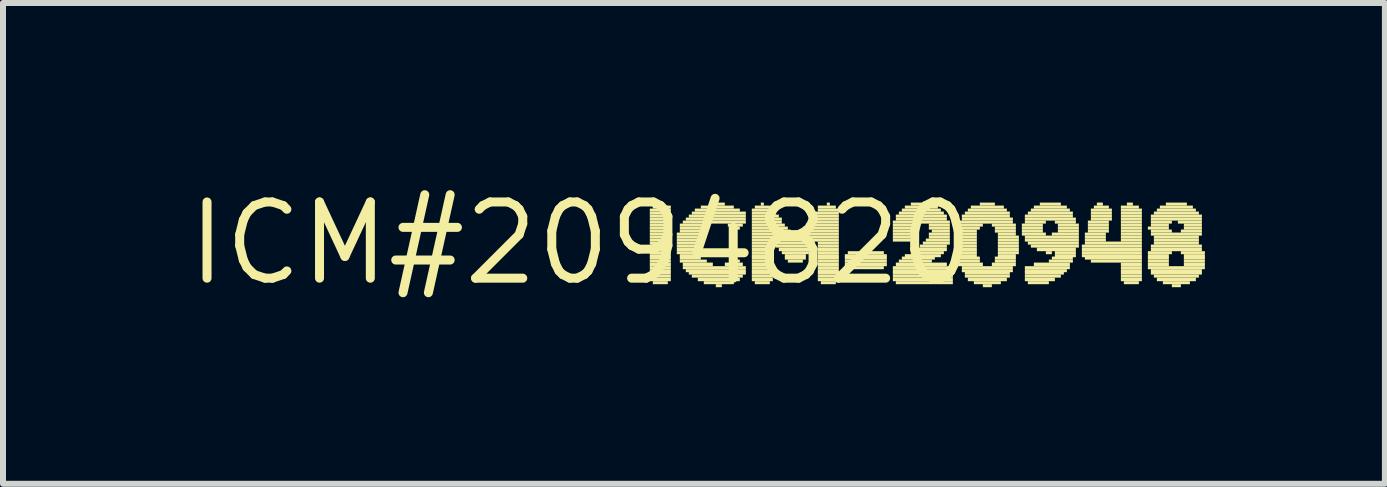
<source format=kicad_pcb>
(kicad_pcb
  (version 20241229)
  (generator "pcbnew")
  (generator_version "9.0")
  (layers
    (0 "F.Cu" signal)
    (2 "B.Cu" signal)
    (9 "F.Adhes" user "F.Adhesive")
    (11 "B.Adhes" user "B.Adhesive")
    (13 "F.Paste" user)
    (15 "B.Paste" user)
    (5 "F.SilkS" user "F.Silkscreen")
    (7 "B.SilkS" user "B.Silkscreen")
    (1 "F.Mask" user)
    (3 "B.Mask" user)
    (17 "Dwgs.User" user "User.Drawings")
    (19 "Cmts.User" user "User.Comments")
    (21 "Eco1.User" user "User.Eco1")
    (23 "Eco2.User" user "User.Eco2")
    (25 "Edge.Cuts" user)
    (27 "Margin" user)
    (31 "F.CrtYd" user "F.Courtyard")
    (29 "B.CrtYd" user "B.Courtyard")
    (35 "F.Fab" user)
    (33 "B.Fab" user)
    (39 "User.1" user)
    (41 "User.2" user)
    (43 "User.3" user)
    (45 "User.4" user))
  (footprint "ICM#2094820"
    (layer "F.Cu")
    (at 6.629 1.006)
    (property "Reference" "ICM#2094820" (at 0 0 0) (layer "F.SilkS") (effects (font (size 1.27 1.27) (thickness 0.15))))
    (fp_poly (pts (xy 1.15 -0.53) (xy 1.5 -0.53) (xy 1.5 -0.58) (xy 1.15 -0.58)) (stroke (width 0) (type default)) (fill yes) (layer "F.SilkS"))
    (fp_poly (pts (xy 1.15 -0.48) (xy 1.5 -0.48) (xy 1.5 -0.53) (xy 1.15 -0.53)) (stroke (width 0) (type default)) (fill yes) (layer "F.SilkS"))
    (fp_poly (pts (xy 1.15 -0.43) (xy 1.5 -0.43) (xy 1.5 -0.48) (xy 1.15 -0.48)) (stroke (width 0) (type default)) (fill yes) (layer "F.SilkS"))
    (fp_poly (pts (xy 1.15 -0.38) (xy 1.5 -0.38) (xy 1.5 -0.43) (xy 1.15 -0.43)) (stroke (width 0) (type default)) (fill yes) (layer "F.SilkS"))
    (fp_poly (pts (xy 1.15 -0.33) (xy 1.5 -0.33) (xy 1.5 -0.38) (xy 1.15 -0.38)) (stroke (width 0) (type default)) (fill yes) (layer "F.SilkS"))
    (fp_poly (pts (xy 1.15 -0.28) (xy 1.5 -0.28) (xy 1.5 -0.33) (xy 1.15 -0.33)) (stroke (width 0) (type default)) (fill yes) (layer "F.SilkS"))
    (fp_poly (pts (xy 1.15 -0.23) (xy 1.5 -0.23) (xy 1.5 -0.28) (xy 1.15 -0.28)) (stroke (width 0) (type default)) (fill yes) (layer "F.SilkS"))
    (fp_poly (pts (xy 1.15 -0.18) (xy 1.5 -0.18) (xy 1.5 -0.23) (xy 1.15 -0.23)) (stroke (width 0) (type default)) (fill yes) (layer "F.SilkS"))
    (fp_poly (pts (xy 1.15 -0.13) (xy 1.5 -0.13) (xy 1.5 -0.18) (xy 1.15 -0.18)) (stroke (width 0) (type default)) (fill yes) (layer "F.SilkS"))
    (fp_poly (pts (xy 1.15 -0.08) (xy 1.5 -0.08) (xy 1.5 -0.13) (xy 1.15 -0.13)) (stroke (width 0) (type default)) (fill yes) (layer "F.SilkS"))
    (fp_poly (pts (xy 1.15 -0.03) (xy 1.5 -0.03) (xy 1.5 -0.08) (xy 1.15 -0.08)) (stroke (width 0) (type default)) (fill yes) (layer "F.SilkS"))
    (fp_poly (pts (xy 1.15 0.02) (xy 1.5 0.02) (xy 1.5 -0.03) (xy 1.15 -0.03)) (stroke (width 0) (type default)) (fill yes) (layer "F.SilkS"))
    (fp_poly (pts (xy 1.15 0.07) (xy 1.5 0.07) (xy 1.5 0.02) (xy 1.15 0.02)) (stroke (width 0) (type default)) (fill yes) (layer "F.SilkS"))
    (fp_poly (pts (xy 1.15 0.13) (xy 1.5 0.13) (xy 1.5 0.07) (xy 1.15 0.07)) (stroke (width 0) (type default)) (fill yes) (layer "F.SilkS"))
    (fp_poly (pts (xy 1.15 0.18) (xy 1.5 0.18) (xy 1.5 0.13) (xy 1.15 0.13)) (stroke (width 0) (type default)) (fill yes) (layer "F.SilkS"))
    (fp_poly (pts (xy 1.15 0.23) (xy 1.5 0.23) (xy 1.5 0.18) (xy 1.15 0.18)) (stroke (width 0) (type default)) (fill yes) (layer "F.SilkS"))
    (fp_poly (pts (xy 1.15 0.27) (xy 1.5 0.27) (xy 1.5 0.22) (xy 1.15 0.22)) (stroke (width 0) (type default)) (fill yes) (layer "F.SilkS"))
    (fp_poly (pts (xy 1.15 0.32) (xy 1.5 0.32) (xy 1.5 0.27) (xy 1.15 0.27)) (stroke (width 0) (type default)) (fill yes) (layer "F.SilkS"))
    (fp_poly (pts (xy 1.15 0.38) (xy 1.5 0.38) (xy 1.5 0.32) (xy 1.15 0.32)) (stroke (width 0) (type default)) (fill yes) (layer "F.SilkS"))
    (fp_poly (pts (xy 1.15 0.43) (xy 1.5 0.43) (xy 1.5 0.38) (xy 1.15 0.38)) (stroke (width 0) (type default)) (fill yes) (layer "F.SilkS"))
    (fp_poly (pts (xy 1.15 0.48) (xy 1.5 0.48) (xy 1.5 0.43) (xy 1.15 0.43)) (stroke (width 0) (type default)) (fill yes) (layer "F.SilkS"))
    (fp_poly (pts (xy 1.15 0.52) (xy 1.5 0.52) (xy 1.5 0.47) (xy 1.15 0.47)) (stroke (width 0) (type default)) (fill yes) (layer "F.SilkS"))
    (fp_poly (pts (xy 1.15 0.57) (xy 1.5 0.57) (xy 1.5 0.52) (xy 1.15 0.52)) (stroke (width 0) (type default)) (fill yes) (layer "F.SilkS"))
    (fp_poly (pts (xy 1.15 0.63) (xy 1.5 0.63) (xy 1.5 0.57) (xy 1.15 0.57)) (stroke (width 0) (type default)) (fill yes) (layer "F.SilkS"))
    (fp_poly (pts (xy 1.2 -0.58) (xy 1.5 -0.58) (xy 1.5 -0.63) (xy 1.2 -0.63)) (stroke (width 0) (type default)) (fill yes) (layer "F.SilkS"))
    (fp_poly (pts (xy 1.2 0.68) (xy 1.45 0.68) (xy 1.45 0.63) (xy 1.2 0.63)) (stroke (width 0) (type default)) (fill yes) (layer "F.SilkS"))
    (fp_poly (pts (xy 1.3 -0.63) (xy 1.35 -0.63) (xy 1.35 -0.68) (xy 1.3 -0.68)) (stroke (width 0) (type default)) (fill yes) (layer "F.SilkS"))
    (fp_poly (pts (xy 1.6 -0.13) (xy 2 -0.13) (xy 2 -0.18) (xy 1.6 -0.18)) (stroke (width 0) (type default)) (fill yes) (layer "F.SilkS"))
    (fp_poly (pts (xy 1.6 -0.08) (xy 1.95 -0.08) (xy 1.95 -0.13) (xy 1.6 -0.13)) (stroke (width 0) (type default)) (fill yes) (layer "F.SilkS"))
    (fp_poly (pts (xy 1.6 -0.03) (xy 1.95 -0.03) (xy 1.95 -0.08) (xy 1.6 -0.08)) (stroke (width 0) (type default)) (fill yes) (layer "F.SilkS"))
    (fp_poly (pts (xy 1.6 0.02) (xy 1.95 0.02) (xy 1.95 -0.03) (xy 1.6 -0.03)) (stroke (width 0) (type default)) (fill yes) (layer "F.SilkS"))
    (fp_poly (pts (xy 1.6 0.07) (xy 1.95 0.07) (xy 1.95 0.02) (xy 1.6 0.02)) (stroke (width 0) (type default)) (fill yes) (layer "F.SilkS"))
    (fp_poly (pts (xy 1.6 0.13) (xy 1.95 0.13) (xy 1.95 0.07) (xy 1.6 0.07)) (stroke (width 0) (type default)) (fill yes) (layer "F.SilkS"))
    (fp_poly (pts (xy 1.6 0.18) (xy 1.95 0.18) (xy 1.95 0.13) (xy 1.6 0.13)) (stroke (width 0) (type default)) (fill yes) (layer "F.SilkS"))
    (fp_poly (pts (xy 1.65 -0.28) (xy 2.15 -0.28) (xy 2.15 -0.33) (xy 1.65 -0.33)) (stroke (width 0) (type default)) (fill yes) (layer "F.SilkS"))
    (fp_poly (pts (xy 1.65 -0.23) (xy 2.05 -0.23) (xy 2.05 -0.28) (xy 1.65 -0.28)) (stroke (width 0) (type default)) (fill yes) (layer "F.SilkS"))
    (fp_poly (pts (xy 1.65 -0.18) (xy 2 -0.18) (xy 2 -0.23) (xy 1.65 -0.23)) (stroke (width 0) (type default)) (fill yes) (layer "F.SilkS"))
    (fp_poly (pts (xy 1.65 0.23) (xy 2 0.23) (xy 2 0.18) (xy 1.65 0.18)) (stroke (width 0) (type default)) (fill yes) (layer "F.SilkS"))
    (fp_poly (pts (xy 1.65 0.27) (xy 2 0.27) (xy 2 0.22) (xy 1.65 0.22)) (stroke (width 0) (type default)) (fill yes) (layer "F.SilkS"))
    (fp_poly (pts (xy 1.65 0.32) (xy 2.1 0.32) (xy 2.1 0.27) (xy 1.65 0.27)) (stroke (width 0) (type default)) (fill yes) (layer "F.SilkS"))
    (fp_poly (pts (xy 1.7 -0.33) (xy 2.75 -0.33) (xy 2.75 -0.38) (xy 1.7 -0.38)) (stroke (width 0) (type default)) (fill yes) (layer "F.SilkS"))
    (fp_poly (pts (xy 1.7 0.38) (xy 2.2 0.38) (xy 2.2 0.32) (xy 1.7 0.32)) (stroke (width 0) (type default)) (fill yes) (layer "F.SilkS"))
    (fp_poly (pts (xy 1.7 0.43) (xy 2.75 0.43) (xy 2.75 0.38) (xy 1.7 0.38)) (stroke (width 0) (type default)) (fill yes) (layer "F.SilkS"))
    (fp_poly (pts (xy 1.75 -0.38) (xy 2.75 -0.38) (xy 2.75 -0.43) (xy 1.75 -0.43)) (stroke (width 0) (type default)) (fill yes) (layer "F.SilkS"))
    (fp_poly (pts (xy 1.75 0.48) (xy 2.75 0.48) (xy 2.75 0.43) (xy 1.75 0.43)) (stroke (width 0) (type default)) (fill yes) (layer "F.SilkS"))
    (fp_poly (pts (xy 1.8 -0.43) (xy 2.75 -0.43) (xy 2.75 -0.48) (xy 1.8 -0.48)) (stroke (width 0) (type default)) (fill yes) (layer "F.SilkS"))
    (fp_poly (pts (xy 1.8 0.52) (xy 2.75 0.52) (xy 2.75 0.47) (xy 1.8 0.47)) (stroke (width 0) (type default)) (fill yes) (layer "F.SilkS"))
    (fp_poly (pts (xy 1.85 -0.48) (xy 2.75 -0.48) (xy 2.75 -0.53) (xy 1.85 -0.53)) (stroke (width 0) (type default)) (fill yes) (layer "F.SilkS"))
    (fp_poly (pts (xy 1.85 0.57) (xy 2.7 0.57) (xy 2.7 0.52) (xy 1.85 0.52)) (stroke (width 0) (type default)) (fill yes) (layer "F.SilkS"))
    (fp_poly (pts (xy 1.9 -0.53) (xy 2.65 -0.53) (xy 2.65 -0.58) (xy 1.9 -0.58)) (stroke (width 0) (type default)) (fill yes) (layer "F.SilkS"))
    (fp_poly (pts (xy 1.95 0.63) (xy 2.65 0.63) (xy 2.65 0.57) (xy 1.95 0.57)) (stroke (width 0) (type default)) (fill yes) (layer "F.SilkS"))
    (fp_poly (pts (xy 2 -0.58) (xy 2.55 -0.58) (xy 2.55 -0.63) (xy 2 -0.63)) (stroke (width 0) (type default)) (fill yes) (layer "F.SilkS"))
    (fp_poly (pts (xy 2.05 0.68) (xy 2.55 0.68) (xy 2.55 0.63) (xy 2.05 0.63)) (stroke (width 0) (type default)) (fill yes) (layer "F.SilkS"))
    (fp_poly (pts (xy 2.15 -0.63) (xy 2.4 -0.63) (xy 2.4 -0.68) (xy 2.15 -0.68)) (stroke (width 0) (type default)) (fill yes) (layer "F.SilkS"))
    (fp_poly (pts (xy 2.25 0.73) (xy 2.35 0.73) (xy 2.35 0.68) (xy 2.25 0.68)) (stroke (width 0) (type default)) (fill yes) (layer "F.SilkS"))
    (fp_poly (pts (xy 2.4 0.38) (xy 2.7 0.38) (xy 2.7 0.32) (xy 2.4 0.32)) (stroke (width 0) (type default)) (fill yes) (layer "F.SilkS"))
    (fp_poly (pts (xy 2.45 -0.28) (xy 2.7 -0.28) (xy 2.7 -0.33) (xy 2.45 -0.33)) (stroke (width 0) (type default)) (fill yes) (layer "F.SilkS"))
    (fp_poly (pts (xy 2.5 -0.23) (xy 2.65 -0.23) (xy 2.65 -0.28) (xy 2.5 -0.28)) (stroke (width 0) (type default)) (fill yes) (layer "F.SilkS"))
    (fp_poly (pts (xy 2.5 0.32) (xy 2.65 0.32) (xy 2.65 0.27) (xy 2.5 0.27)) (stroke (width 0) (type default)) (fill yes) (layer "F.SilkS"))
    (fp_poly (pts (xy 2.85 -0.53) (xy 3.2 -0.53) (xy 3.2 -0.58) (xy 2.85 -0.58)) (stroke (width 0) (type default)) (fill yes) (layer "F.SilkS"))
    (fp_poly (pts (xy 2.85 -0.48) (xy 3.25 -0.48) (xy 3.25 -0.53) (xy 2.85 -0.53)) (stroke (width 0) (type default)) (fill yes) (layer "F.SilkS"))
    (fp_poly (pts (xy 2.85 -0.43) (xy 3.3 -0.43) (xy 3.3 -0.48) (xy 2.85 -0.48)) (stroke (width 0) (type default)) (fill yes) (layer "F.SilkS"))
    (fp_poly (pts (xy 2.85 -0.38) (xy 3.35 -0.38) (xy 3.35 -0.43) (xy 2.85 -0.43)) (stroke (width 0) (type default)) (fill yes) (layer "F.SilkS"))
    (fp_poly (pts (xy 2.85 -0.33) (xy 3.35 -0.33) (xy 3.35 -0.38) (xy 2.85 -0.38)) (stroke (width 0) (type default)) (fill yes) (layer "F.SilkS"))
    (fp_poly (pts (xy 2.85 -0.28) (xy 3.4 -0.28) (xy 3.4 -0.33) (xy 2.85 -0.33)) (stroke (width 0) (type default)) (fill yes) (layer "F.SilkS"))
    (fp_poly (pts (xy 2.85 -0.23) (xy 3.45 -0.23) (xy 3.45 -0.28) (xy 2.85 -0.28)) (stroke (width 0) (type default)) (fill yes) (layer "F.SilkS"))
    (fp_poly (pts (xy 2.85 -0.18) (xy 3.5 -0.18) (xy 3.5 -0.23) (xy 2.85 -0.23)) (stroke (width 0) (type default)) (fill yes) (layer "F.SilkS"))
    (fp_poly (pts (xy 2.85 -0.13) (xy 3.5 -0.13) (xy 3.5 -0.18) (xy 2.85 -0.18)) (stroke (width 0) (type default)) (fill yes) (layer "F.SilkS"))
    (fp_poly (pts (xy 2.85 -0.08) (xy 3.55 -0.08) (xy 3.55 -0.13) (xy 2.85 -0.13)) (stroke (width 0) (type default)) (fill yes) (layer "F.SilkS"))
    (fp_poly (pts (xy 2.85 -0.03) (xy 4.3 -0.03) (xy 4.3 -0.08) (xy 2.85 -0.08)) (stroke (width 0) (type default)) (fill yes) (layer "F.SilkS"))
    (fp_poly (pts (xy 2.85 0.02) (xy 3.2 0.02) (xy 3.2 -0.03) (xy 2.85 -0.03)) (stroke (width 0) (type default)) (fill yes) (layer "F.SilkS"))
    (fp_poly (pts (xy 2.85 0.07) (xy 3.2 0.07) (xy 3.2 0.02) (xy 2.85 0.02)) (stroke (width 0) (type default)) (fill yes) (layer "F.SilkS"))
    (fp_poly (pts (xy 2.85 0.13) (xy 3.2 0.13) (xy 3.2 0.07) (xy 2.85 0.07)) (stroke (width 0) (type default)) (fill yes) (layer "F.SilkS"))
    (fp_poly (pts (xy 2.85 0.18) (xy 3.2 0.18) (xy 3.2 0.13) (xy 2.85 0.13)) (stroke (width 0) (type default)) (fill yes) (layer "F.SilkS"))
    (fp_poly (pts (xy 2.85 0.23) (xy 3.2 0.23) (xy 3.2 0.18) (xy 2.85 0.18)) (stroke (width 0) (type default)) (fill yes) (layer "F.SilkS"))
    (fp_poly (pts (xy 2.85 0.27) (xy 3.2 0.27) (xy 3.2 0.22) (xy 2.85 0.22)) (stroke (width 0) (type default)) (fill yes) (layer "F.SilkS"))
    (fp_poly (pts (xy 2.85 0.32) (xy 3.2 0.32) (xy 3.2 0.27) (xy 2.85 0.27)) (stroke (width 0) (type default)) (fill yes) (layer "F.SilkS"))
    (fp_poly (pts (xy 2.85 0.38) (xy 3.2 0.38) (xy 3.2 0.32) (xy 2.85 0.32)) (stroke (width 0) (type default)) (fill yes) (layer "F.SilkS"))
    (fp_poly (pts (xy 2.85 0.43) (xy 3.2 0.43) (xy 3.2 0.38) (xy 2.85 0.38)) (stroke (width 0) (type default)) (fill yes) (layer "F.SilkS"))
    (fp_poly (pts (xy 2.85 0.48) (xy 3.2 0.48) (xy 3.2 0.43) (xy 2.85 0.43)) (stroke (width 0) (type default)) (fill yes) (layer "F.SilkS"))
    (fp_poly (pts (xy 2.85 0.52) (xy 3.2 0.52) (xy 3.2 0.47) (xy 2.85 0.47)) (stroke (width 0) (type default)) (fill yes) (layer "F.SilkS"))
    (fp_poly (pts (xy 2.85 0.57) (xy 3.2 0.57) (xy 3.2 0.52) (xy 2.85 0.52)) (stroke (width 0) (type default)) (fill yes) (layer "F.SilkS"))
    (fp_poly (pts (xy 2.85 0.63) (xy 3.2 0.63) (xy 3.2 0.57) (xy 2.85 0.57)) (stroke (width 0) (type default)) (fill yes) (layer "F.SilkS"))
    (fp_poly (pts (xy 2.9 -0.58) (xy 3.15 -0.58) (xy 3.15 -0.63) (xy 2.9 -0.63)) (stroke (width 0) (type default)) (fill yes) (layer "F.SilkS"))
    (fp_poly (pts (xy 2.9 0.68) (xy 3.15 0.68) (xy 3.15 0.63) (xy 2.9 0.63)) (stroke (width 0) (type default)) (fill yes) (layer "F.SilkS"))
    (fp_poly (pts (xy 3 -0.63) (xy 3.05 -0.63) (xy 3.05 -0.68) (xy 3 -0.68)) (stroke (width 0) (type default)) (fill yes) (layer "F.SilkS"))
    (fp_poly (pts (xy 3.25 0.02) (xy 3.9 0.02) (xy 3.9 -0.03) (xy 3.25 -0.03)) (stroke (width 0) (type default)) (fill yes) (layer "F.SilkS"))
    (fp_poly (pts (xy 3.25 0.07) (xy 3.85 0.07) (xy 3.85 0.02) (xy 3.25 0.02)) (stroke (width 0) (type default)) (fill yes) (layer "F.SilkS"))
    (fp_poly (pts (xy 3.3 0.13) (xy 3.85 0.13) (xy 3.85 0.07) (xy 3.3 0.07)) (stroke (width 0) (type default)) (fill yes) (layer "F.SilkS"))
    (fp_poly (pts (xy 3.35 0.18) (xy 3.8 0.18) (xy 3.8 0.13) (xy 3.35 0.13)) (stroke (width 0) (type default)) (fill yes) (layer "F.SilkS"))
    (fp_poly (pts (xy 3.4 0.23) (xy 3.75 0.23) (xy 3.75 0.18) (xy 3.4 0.18)) (stroke (width 0) (type default)) (fill yes) (layer "F.SilkS"))
    (fp_poly (pts (xy 3.4 0.27) (xy 3.75 0.27) (xy 3.75 0.22) (xy 3.4 0.22)) (stroke (width 0) (type default)) (fill yes) (layer "F.SilkS"))
    (fp_poly (pts (xy 3.45 0.32) (xy 3.7 0.32) (xy 3.7 0.27) (xy 3.45 0.27)) (stroke (width 0) (type default)) (fill yes) (layer "F.SilkS"))
    (fp_poly (pts (xy 3.6 -0.08) (xy 4.3 -0.08) (xy 4.3 -0.13) (xy 3.6 -0.13)) (stroke (width 0) (type default)) (fill yes) (layer "F.SilkS"))
    (fp_poly (pts (xy 3.65 -0.18) (xy 4.3 -0.18) (xy 4.3 -0.23) (xy 3.65 -0.23)) (stroke (width 0) (type default)) (fill yes) (layer "F.SilkS"))
    (fp_poly (pts (xy 3.65 -0.13) (xy 4.3 -0.13) (xy 4.3 -0.18) (xy 3.65 -0.18)) (stroke (width 0) (type default)) (fill yes) (layer "F.SilkS"))
    (fp_poly (pts (xy 3.7 -0.23) (xy 4.3 -0.23) (xy 4.3 -0.28) (xy 3.7 -0.28)) (stroke (width 0) (type default)) (fill yes) (layer "F.SilkS"))
    (fp_poly (pts (xy 3.75 -0.28) (xy 4.3 -0.28) (xy 4.3 -0.33) (xy 3.75 -0.33)) (stroke (width 0) (type default)) (fill yes) (layer "F.SilkS"))
    (fp_poly (pts (xy 3.8 -0.38) (xy 4.3 -0.38) (xy 4.3 -0.43) (xy 3.8 -0.43)) (stroke (width 0) (type default)) (fill yes) (layer "F.SilkS"))
    (fp_poly (pts (xy 3.8 -0.33) (xy 4.3 -0.33) (xy 4.3 -0.38) (xy 3.8 -0.38)) (stroke (width 0) (type default)) (fill yes) (layer "F.SilkS"))
    (fp_poly (pts (xy 3.85 -0.43) (xy 4.3 -0.43) (xy 4.3 -0.48) (xy 3.85 -0.48)) (stroke (width 0) (type default)) (fill yes) (layer "F.SilkS"))
    (fp_poly (pts (xy 3.9 -0.48) (xy 4.3 -0.48) (xy 4.3 -0.53) (xy 3.9 -0.53)) (stroke (width 0) (type default)) (fill yes) (layer "F.SilkS"))
    (fp_poly (pts (xy 3.95 -0.58) (xy 4.25 -0.58) (xy 4.25 -0.63) (xy 3.95 -0.63)) (stroke (width 0) (type default)) (fill yes) (layer "F.SilkS"))
    (fp_poly (pts (xy 3.95 -0.53) (xy 4.3 -0.53) (xy 4.3 -0.58) (xy 3.95 -0.58)) (stroke (width 0) (type default)) (fill yes) (layer "F.SilkS"))
    (fp_poly (pts (xy 3.95 0.02) (xy 4.3 0.02) (xy 4.3 -0.03) (xy 3.95 -0.03)) (stroke (width 0) (type default)) (fill yes) (layer "F.SilkS"))
    (fp_poly (pts (xy 3.95 0.07) (xy 4.3 0.07) (xy 4.3 0.02) (xy 3.95 0.02)) (stroke (width 0) (type default)) (fill yes) (layer "F.SilkS"))
    (fp_poly (pts (xy 3.95 0.13) (xy 4.3 0.13) (xy 4.3 0.07) (xy 3.95 0.07)) (stroke (width 0) (type default)) (fill yes) (layer "F.SilkS"))
    (fp_poly (pts (xy 3.95 0.18) (xy 4.3 0.18) (xy 4.3 0.13) (xy 3.95 0.13)) (stroke (width 0) (type default)) (fill yes) (layer "F.SilkS"))
    (fp_poly (pts (xy 3.95 0.23) (xy 4.3 0.23) (xy 4.3 0.18) (xy 3.95 0.18)) (stroke (width 0) (type default)) (fill yes) (layer "F.SilkS"))
    (fp_poly (pts (xy 3.95 0.27) (xy 4.3 0.27) (xy 4.3 0.22) (xy 3.95 0.22)) (stroke (width 0) (type default)) (fill yes) (layer "F.SilkS"))
    (fp_poly (pts (xy 3.95 0.32) (xy 4.3 0.32) (xy 4.3 0.27) (xy 3.95 0.27)) (stroke (width 0) (type default)) (fill yes) (layer "F.SilkS"))
    (fp_poly (pts (xy 3.95 0.38) (xy 4.3 0.38) (xy 4.3 0.32) (xy 3.95 0.32)) (stroke (width 0) (type default)) (fill yes) (layer "F.SilkS"))
    (fp_poly (pts (xy 3.95 0.43) (xy 4.3 0.43) (xy 4.3 0.38) (xy 3.95 0.38)) (stroke (width 0) (type default)) (fill yes) (layer "F.SilkS"))
    (fp_poly (pts (xy 3.95 0.48) (xy 4.3 0.48) (xy 4.3 0.43) (xy 3.95 0.43)) (stroke (width 0) (type default)) (fill yes) (layer "F.SilkS"))
    (fp_poly (pts (xy 3.95 0.52) (xy 4.3 0.52) (xy 4.3 0.47) (xy 3.95 0.47)) (stroke (width 0) (type default)) (fill yes) (layer "F.SilkS"))
    (fp_poly (pts (xy 3.95 0.57) (xy 4.3 0.57) (xy 4.3 0.52) (xy 3.95 0.52)) (stroke (width 0) (type default)) (fill yes) (layer "F.SilkS"))
    (fp_poly (pts (xy 3.95 0.63) (xy 4.3 0.63) (xy 4.3 0.57) (xy 3.95 0.57)) (stroke (width 0) (type default)) (fill yes) (layer "F.SilkS"))
    (fp_poly (pts (xy 4 0.68) (xy 4.25 0.68) (xy 4.25 0.63) (xy 4 0.63)) (stroke (width 0) (type default)) (fill yes) (layer "F.SilkS"))
    (fp_poly (pts (xy 4.1 -0.63) (xy 4.15 -0.63) (xy 4.15 -0.68) (xy 4.1 -0.68)) (stroke (width 0) (type default)) (fill yes) (layer "F.SilkS"))
    (fp_poly (pts (xy 4.4 0.23) (xy 5.1 0.23) (xy 5.1 0.18) (xy 4.4 0.18)) (stroke (width 0) (type default)) (fill yes) (layer "F.SilkS"))
    (fp_poly (pts (xy 4.4 0.27) (xy 5.1 0.27) (xy 5.1 0.22) (xy 4.4 0.22)) (stroke (width 0) (type default)) (fill yes) (layer "F.SilkS"))
    (fp_poly (pts (xy 4.4 0.32) (xy 5.1 0.32) (xy 5.1 0.27) (xy 4.4 0.27)) (stroke (width 0) (type default)) (fill yes) (layer "F.SilkS"))
    (fp_poly (pts (xy 4.4 0.38) (xy 5.1 0.38) (xy 5.1 0.32) (xy 4.4 0.32)) (stroke (width 0) (type default)) (fill yes) (layer "F.SilkS"))
    (fp_poly (pts (xy 4.4 0.43) (xy 5.05 0.43) (xy 5.05 0.38) (xy 4.4 0.38)) (stroke (width 0) (type default)) (fill yes) (layer "F.SilkS"))
    (fp_poly (pts (xy 4.45 0.18) (xy 5.05 0.18) (xy 5.05 0.13) (xy 4.45 0.13)) (stroke (width 0) (type default)) (fill yes) (layer "F.SilkS"))
    (fp_poly (pts (xy 5.2 -0.33) (xy 6.15 -0.33) (xy 6.15 -0.38) (xy 5.2 -0.38)) (stroke (width 0) (type default)) (fill yes) (layer "F.SilkS"))
    (fp_poly (pts (xy 5.2 -0.28) (xy 5.55 -0.28) (xy 5.55 -0.33) (xy 5.2 -0.33)) (stroke (width 0) (type default)) (fill yes) (layer "F.SilkS"))
    (fp_poly (pts (xy 5.2 -0.23) (xy 5.55 -0.23) (xy 5.55 -0.28) (xy 5.2 -0.28)) (stroke (width 0) (type default)) (fill yes) (layer "F.SilkS"))
    (fp_poly (pts (xy 5.2 -0.18) (xy 5.5 -0.18) (xy 5.5 -0.23) (xy 5.2 -0.23)) (stroke (width 0) (type default)) (fill yes) (layer "F.SilkS"))
    (fp_poly (pts (xy 5.2 -0.13) (xy 5.5 -0.13) (xy 5.5 -0.18) (xy 5.2 -0.18)) (stroke (width 0) (type default)) (fill yes) (layer "F.SilkS"))
    (fp_poly (pts (xy 5.2 -0.08) (xy 5.5 -0.08) (xy 5.5 -0.13) (xy 5.2 -0.13)) (stroke (width 0) (type default)) (fill yes) (layer "F.SilkS"))
    (fp_poly (pts (xy 5.2 -0.03) (xy 5.5 -0.03) (xy 5.5 -0.08) (xy 5.2 -0.08)) (stroke (width 0) (type default)) (fill yes) (layer "F.SilkS"))
    (fp_poly (pts (xy 5.2 0.43) (xy 6.2 0.43) (xy 6.2 0.38) (xy 5.2 0.38)) (stroke (width 0) (type default)) (fill yes) (layer "F.SilkS"))
    (fp_poly (pts (xy 5.2 0.48) (xy 6.2 0.48) (xy 6.2 0.43) (xy 5.2 0.43)) (stroke (width 0) (type default)) (fill yes) (layer "F.SilkS"))
    (fp_poly (pts (xy 5.2 0.52) (xy 6.2 0.52) (xy 6.2 0.47) (xy 5.2 0.47)) (stroke (width 0) (type default)) (fill yes) (layer "F.SilkS"))
    (fp_poly (pts (xy 5.2 0.57) (xy 6.2 0.57) (xy 6.2 0.52) (xy 5.2 0.52)) (stroke (width 0) (type default)) (fill yes) (layer "F.SilkS"))
    (fp_poly (pts (xy 5.2 0.63) (xy 6.2 0.63) (xy 6.2 0.57) (xy 5.2 0.57)) (stroke (width 0) (type default)) (fill yes) (layer "F.SilkS"))
    (fp_poly (pts (xy 5.25 -0.43) (xy 6.1 -0.43) (xy 6.1 -0.48) (xy 5.25 -0.48)) (stroke (width 0) (type default)) (fill yes) (layer "F.SilkS"))
    (fp_poly (pts (xy 5.25 -0.38) (xy 6.1 -0.38) (xy 6.1 -0.43) (xy 5.25 -0.43)) (stroke (width 0) (type default)) (fill yes) (layer "F.SilkS"))
    (fp_poly (pts (xy 5.25 0.38) (xy 6.1 0.38) (xy 6.1 0.32) (xy 5.25 0.32)) (stroke (width 0) (type default)) (fill yes) (layer "F.SilkS"))
    (fp_poly (pts (xy 5.25 0.68) (xy 6.2 0.68) (xy 6.2 0.63) (xy 5.25 0.63)) (stroke (width 0) (type default)) (fill yes) (layer "F.SilkS"))
    (fp_poly (pts (xy 5.3 -0.48) (xy 6.05 -0.48) (xy 6.05 -0.53) (xy 5.3 -0.53)) (stroke (width 0) (type default)) (fill yes) (layer "F.SilkS"))
    (fp_poly (pts (xy 5.3 0.32) (xy 5.85 0.32) (xy 5.85 0.27) (xy 5.3 0.27)) (stroke (width 0) (type default)) (fill yes) (layer "F.SilkS"))
    (fp_poly (pts (xy 5.35 -0.53) (xy 6 -0.53) (xy 6 -0.58) (xy 5.35 -0.58)) (stroke (width 0) (type default)) (fill yes) (layer "F.SilkS"))
    (fp_poly (pts (xy 5.35 0.27) (xy 5.9 0.27) (xy 5.9 0.22) (xy 5.35 0.22)) (stroke (width 0) (type default)) (fill yes) (layer "F.SilkS"))
    (fp_poly (pts (xy 5.4 -0.58) (xy 5.95 -0.58) (xy 5.95 -0.63) (xy 5.4 -0.63)) (stroke (width 0) (type default)) (fill yes) (layer "F.SilkS"))
    (fp_poly (pts (xy 5.4 0.23) (xy 6 0.23) (xy 6 0.18) (xy 5.4 0.18)) (stroke (width 0) (type default)) (fill yes) (layer "F.SilkS"))
    (fp_poly (pts (xy 5.5 -0.63) (xy 5.8 -0.63) (xy 5.8 -0.68) (xy 5.5 -0.68)) (stroke (width 0) (type default)) (fill yes) (layer "F.SilkS"))
    (fp_poly (pts (xy 5.5 0.18) (xy 6.05 0.18) (xy 6.05 0.13) (xy 5.5 0.13)) (stroke (width 0) (type default)) (fill yes) (layer "F.SilkS"))
    (fp_poly (pts (xy 5.55 0.13) (xy 6.1 0.13) (xy 6.1 0.07) (xy 5.55 0.07)) (stroke (width 0) (type default)) (fill yes) (layer "F.SilkS"))
    (fp_poly (pts (xy 5.65 0.07) (xy 6.1 0.07) (xy 6.1 0.02) (xy 5.65 0.02)) (stroke (width 0) (type default)) (fill yes) (layer "F.SilkS"))
    (fp_poly (pts (xy 5.7 0.02) (xy 6.15 0.02) (xy 6.15 -0.03) (xy 5.7 -0.03)) (stroke (width 0) (type default)) (fill yes) (layer "F.SilkS"))
    (fp_poly (pts (xy 5.75 -0.03) (xy 6.15 -0.03) (xy 6.15 -0.08) (xy 5.75 -0.08)) (stroke (width 0) (type default)) (fill yes) (layer "F.SilkS"))
    (fp_poly (pts (xy 5.8 -0.28) (xy 6.15 -0.28) (xy 6.15 -0.33) (xy 5.8 -0.33)) (stroke (width 0) (type default)) (fill yes) (layer "F.SilkS"))
    (fp_poly (pts (xy 5.8 -0.23) (xy 6.15 -0.23) (xy 6.15 -0.28) (xy 5.8 -0.28)) (stroke (width 0) (type default)) (fill yes) (layer "F.SilkS"))
    (fp_poly (pts (xy 5.8 -0.13) (xy 6.15 -0.13) (xy 6.15 -0.18) (xy 5.8 -0.18)) (stroke (width 0) (type default)) (fill yes) (layer "F.SilkS"))
    (fp_poly (pts (xy 5.8 -0.08) (xy 6.15 -0.08) (xy 6.15 -0.13) (xy 5.8 -0.13)) (stroke (width 0) (type default)) (fill yes) (layer "F.SilkS"))
    (fp_poly (pts (xy 5.85 -0.18) (xy 6.15 -0.18) (xy 6.15 -0.23) (xy 5.85 -0.23)) (stroke (width 0) (type default)) (fill yes) (layer "F.SilkS"))
    (fp_poly (pts (xy 6.25 -0.13) (xy 6.6 -0.13) (xy 6.6 -0.18) (xy 6.25 -0.18)) (stroke (width 0) (type default)) (fill yes) (layer "F.SilkS"))
    (fp_poly (pts (xy 6.25 -0.08) (xy 6.6 -0.08) (xy 6.6 -0.13) (xy 6.25 -0.13)) (stroke (width 0) (type default)) (fill yes) (layer "F.SilkS"))
    (fp_poly (pts (xy 6.25 -0.03) (xy 6.6 -0.03) (xy 6.6 -0.08) (xy 6.25 -0.08)) (stroke (width 0) (type default)) (fill yes) (layer "F.SilkS"))
    (fp_poly (pts (xy 6.25 0.02) (xy 6.6 0.02) (xy 6.6 -0.03) (xy 6.25 -0.03)) (stroke (width 0) (type default)) (fill yes) (layer "F.SilkS"))
    (fp_poly (pts (xy 6.25 0.07) (xy 6.6 0.07) (xy 6.6 0.02) (xy 6.25 0.02)) (stroke (width 0) (type default)) (fill yes) (layer "F.SilkS"))
    (fp_poly (pts (xy 6.25 0.13) (xy 6.6 0.13) (xy 6.6 0.07) (xy 6.25 0.07)) (stroke (width 0) (type default)) (fill yes) (layer "F.SilkS"))
    (fp_poly (pts (xy 6.25 0.18) (xy 6.6 0.18) (xy 6.6 0.13) (xy 6.25 0.13)) (stroke (width 0) (type default)) (fill yes) (layer "F.SilkS"))
    (fp_poly (pts (xy 6.25 0.23) (xy 6.6 0.23) (xy 6.6 0.18) (xy 6.25 0.18)) (stroke (width 0) (type default)) (fill yes) (layer "F.SilkS"))
    (fp_poly (pts (xy 6.3 -0.33) (xy 7.2 -0.33) (xy 7.2 -0.38) (xy 6.3 -0.38)) (stroke (width 0) (type default)) (fill yes) (layer "F.SilkS"))
    (fp_poly (pts (xy 6.3 -0.28) (xy 6.7 -0.28) (xy 6.7 -0.33) (xy 6.3 -0.33)) (stroke (width 0) (type default)) (fill yes) (layer "F.SilkS"))
    (fp_poly (pts (xy 6.3 -0.23) (xy 6.65 -0.23) (xy 6.65 -0.28) (xy 6.3 -0.28)) (stroke (width 0) (type default)) (fill yes) (layer "F.SilkS"))
    (fp_poly (pts (xy 6.3 -0.18) (xy 6.6 -0.18) (xy 6.6 -0.23) (xy 6.3 -0.23)) (stroke (width 0) (type default)) (fill yes) (layer "F.SilkS"))
    (fp_poly (pts (xy 6.3 0.27) (xy 6.65 0.27) (xy 6.65 0.22) (xy 6.3 0.22)) (stroke (width 0) (type default)) (fill yes) (layer "F.SilkS"))
    (fp_poly (pts (xy 6.3 0.32) (xy 6.65 0.32) (xy 6.65 0.27) (xy 6.3 0.27)) (stroke (width 0) (type default)) (fill yes) (layer "F.SilkS"))
    (fp_poly (pts (xy 6.3 0.38) (xy 6.7 0.38) (xy 6.7 0.32) (xy 6.3 0.32)) (stroke (width 0) (type default)) (fill yes) (layer "F.SilkS"))
    (fp_poly (pts (xy 6.35 -0.43) (xy 7.15 -0.43) (xy 7.15 -0.48) (xy 6.35 -0.48)) (stroke (width 0) (type default)) (fill yes) (layer "F.SilkS"))
    (fp_poly (pts (xy 6.35 -0.38) (xy 7.2 -0.38) (xy 7.2 -0.43) (xy 6.35 -0.43)) (stroke (width 0) (type default)) (fill yes) (layer "F.SilkS"))
    (fp_poly (pts (xy 6.35 0.43) (xy 7.2 0.43) (xy 7.2 0.38) (xy 6.35 0.38)) (stroke (width 0) (type default)) (fill yes) (layer "F.SilkS"))
    (fp_poly (pts (xy 6.35 0.48) (xy 7.2 0.48) (xy 7.2 0.43) (xy 6.35 0.43)) (stroke (width 0) (type default)) (fill yes) (layer "F.SilkS"))
    (fp_poly (pts (xy 6.4 -0.48) (xy 7.15 -0.48) (xy 7.15 -0.53) (xy 6.4 -0.53)) (stroke (width 0) (type default)) (fill yes) (layer "F.SilkS"))
    (fp_poly (pts (xy 6.4 0.52) (xy 7.15 0.52) (xy 7.15 0.47) (xy 6.4 0.47)) (stroke (width 0) (type default)) (fill yes) (layer "F.SilkS"))
    (fp_poly (pts (xy 6.4 0.57) (xy 7.15 0.57) (xy 7.15 0.52) (xy 6.4 0.52)) (stroke (width 0) (type default)) (fill yes) (layer "F.SilkS"))
    (fp_poly (pts (xy 6.45 -0.53) (xy 7.1 -0.53) (xy 7.1 -0.58) (xy 6.45 -0.58)) (stroke (width 0) (type default)) (fill yes) (layer "F.SilkS"))
    (fp_poly (pts (xy 6.45 0.63) (xy 7.1 0.63) (xy 7.1 0.57) (xy 6.45 0.57)) (stroke (width 0) (type default)) (fill yes) (layer "F.SilkS"))
    (fp_poly (pts (xy 6.5 -0.58) (xy 7.05 -0.58) (xy 7.05 -0.63) (xy 6.5 -0.63)) (stroke (width 0) (type default)) (fill yes) (layer "F.SilkS"))
    (fp_poly (pts (xy 6.55 0.68) (xy 7 0.68) (xy 7 0.63) (xy 6.55 0.63)) (stroke (width 0) (type default)) (fill yes) (layer "F.SilkS"))
    (fp_poly (pts (xy 6.65 -0.63) (xy 6.9 -0.63) (xy 6.9 -0.68) (xy 6.65 -0.68)) (stroke (width 0) (type default)) (fill yes) (layer "F.SilkS"))
    (fp_poly (pts (xy 6.7 0.73) (xy 6.85 0.73) (xy 6.85 0.68) (xy 6.7 0.68)) (stroke (width 0) (type default)) (fill yes) (layer "F.SilkS"))
    (fp_poly (pts (xy 6.85 -0.28) (xy 7.25 -0.28) (xy 7.25 -0.33) (xy 6.85 -0.33)) (stroke (width 0) (type default)) (fill yes) (layer "F.SilkS"))
    (fp_poly (pts (xy 6.85 0.38) (xy 7.25 0.38) (xy 7.25 0.32) (xy 6.85 0.32)) (stroke (width 0) (type default)) (fill yes) (layer "F.SilkS"))
    (fp_poly (pts (xy 6.9 -0.23) (xy 7.25 -0.23) (xy 7.25 -0.28) (xy 6.9 -0.28)) (stroke (width 0) (type default)) (fill yes) (layer "F.SilkS"))
    (fp_poly (pts (xy 6.9 -0.18) (xy 7.25 -0.18) (xy 7.25 -0.23) (xy 6.9 -0.23)) (stroke (width 0) (type default)) (fill yes) (layer "F.SilkS"))
    (fp_poly (pts (xy 6.9 0.27) (xy 7.25 0.27) (xy 7.25 0.22) (xy 6.9 0.22)) (stroke (width 0) (type default)) (fill yes) (layer "F.SilkS"))
    (fp_poly (pts (xy 6.9 0.32) (xy 7.25 0.32) (xy 7.25 0.27) (xy 6.9 0.27)) (stroke (width 0) (type default)) (fill yes) (layer "F.SilkS"))
    (fp_poly (pts (xy 6.95 -0.13) (xy 7.25 -0.13) (xy 7.25 -0.18) (xy 6.95 -0.18)) (stroke (width 0) (type default)) (fill yes) (layer "F.SilkS"))
    (fp_poly (pts (xy 6.95 -0.08) (xy 7.3 -0.08) (xy 7.3 -0.13) (xy 6.95 -0.13)) (stroke (width 0) (type default)) (fill yes) (layer "F.SilkS"))
    (fp_poly (pts (xy 6.95 -0.03) (xy 7.3 -0.03) (xy 7.3 -0.08) (xy 6.95 -0.08)) (stroke (width 0) (type default)) (fill yes) (layer "F.SilkS"))
    (fp_poly (pts (xy 6.95 0.02) (xy 7.3 0.02) (xy 7.3 -0.03) (xy 6.95 -0.03)) (stroke (width 0) (type default)) (fill yes) (layer "F.SilkS"))
    (fp_poly (pts (xy 6.95 0.07) (xy 7.3 0.07) (xy 7.3 0.02) (xy 6.95 0.02)) (stroke (width 0) (type default)) (fill yes) (layer "F.SilkS"))
    (fp_poly (pts (xy 6.95 0.13) (xy 7.3 0.13) (xy 7.3 0.07) (xy 6.95 0.07)) (stroke (width 0) (type default)) (fill yes) (layer "F.SilkS"))
    (fp_poly (pts (xy 6.95 0.18) (xy 7.3 0.18) (xy 7.3 0.13) (xy 6.95 0.13)) (stroke (width 0) (type default)) (fill yes) (layer "F.SilkS"))
    (fp_poly (pts (xy 6.95 0.23) (xy 7.25 0.23) (xy 7.25 0.18) (xy 6.95 0.18)) (stroke (width 0) (type default)) (fill yes) (layer "F.SilkS"))
    (fp_poly (pts (xy 7.35 -0.28) (xy 7.7 -0.28) (xy 7.7 -0.33) (xy 7.35 -0.33)) (stroke (width 0) (type default)) (fill yes) (layer "F.SilkS"))
    (fp_poly (pts (xy 7.35 -0.23) (xy 7.7 -0.23) (xy 7.7 -0.28) (xy 7.35 -0.28)) (stroke (width 0) (type default)) (fill yes) (layer "F.SilkS"))
    (fp_poly (pts (xy 7.35 -0.18) (xy 7.7 -0.18) (xy 7.7 -0.23) (xy 7.35 -0.23)) (stroke (width 0) (type default)) (fill yes) (layer "F.SilkS"))
    (fp_poly (pts (xy 7.35 -0.13) (xy 7.75 -0.13) (xy 7.75 -0.18) (xy 7.35 -0.18)) (stroke (width 0) (type default)) (fill yes) (layer "F.SilkS"))
    (fp_poly (pts (xy 7.4 -0.43) (xy 8.2 -0.43) (xy 8.2 -0.48) (xy 7.4 -0.48)) (stroke (width 0) (type default)) (fill yes) (layer "F.SilkS"))
    (fp_poly (pts (xy 7.4 -0.38) (xy 8.25 -0.38) (xy 8.25 -0.43) (xy 7.4 -0.43)) (stroke (width 0) (type default)) (fill yes) (layer "F.SilkS"))
    (fp_poly (pts (xy 7.4 -0.33) (xy 7.75 -0.33) (xy 7.75 -0.38) (xy 7.4 -0.38)) (stroke (width 0) (type default)) (fill yes) (layer "F.SilkS"))
    (fp_poly (pts (xy 7.4 -0.08) (xy 8.3 -0.08) (xy 8.3 -0.13) (xy 7.4 -0.13)) (stroke (width 0) (type default)) (fill yes) (layer "F.SilkS"))
    (fp_poly (pts (xy 7.4 -0.03) (xy 8.3 -0.03) (xy 8.3 -0.08) (xy 7.4 -0.08)) (stroke (width 0) (type default)) (fill yes) (layer "F.SilkS"))
    (fp_poly (pts (xy 7.4 0.43) (xy 8.15 0.43) (xy 8.15 0.38) (xy 7.4 0.38)) (stroke (width 0) (type default)) (fill yes) (layer "F.SilkS"))
    (fp_poly (pts (xy 7.4 0.48) (xy 8.1 0.48) (xy 8.1 0.43) (xy 7.4 0.43)) (stroke (width 0) (type default)) (fill yes) (layer "F.SilkS"))
    (fp_poly (pts (xy 7.4 0.52) (xy 8.05 0.52) (xy 8.05 0.47) (xy 7.4 0.47)) (stroke (width 0) (type default)) (fill yes) (layer "F.SilkS"))
    (fp_poly (pts (xy 7.4 0.57) (xy 8 0.57) (xy 8 0.52) (xy 7.4 0.52)) (stroke (width 0) (type default)) (fill yes) (layer "F.SilkS"))
    (fp_poly (pts (xy 7.4 0.63) (xy 7.9 0.63) (xy 7.9 0.57) (xy 7.4 0.57)) (stroke (width 0) (type default)) (fill yes) (layer "F.SilkS"))
    (fp_poly (pts (xy 7.45 -0.48) (xy 8.2 -0.48) (xy 8.2 -0.53) (xy 7.45 -0.53)) (stroke (width 0) (type default)) (fill yes) (layer "F.SilkS"))
    (fp_poly (pts (xy 7.45 0.02) (xy 8.3 0.02) (xy 8.3 -0.03) (xy 7.45 -0.03)) (stroke (width 0) (type default)) (fill yes) (layer "F.SilkS"))
    (fp_poly (pts (xy 7.45 0.68) (xy 7.8 0.68) (xy 7.8 0.63) (xy 7.45 0.63)) (stroke (width 0) (type default)) (fill yes) (layer "F.SilkS"))
    (fp_poly (pts (xy 7.5 -0.53) (xy 8.15 -0.53) (xy 8.15 -0.58) (xy 7.5 -0.58)) (stroke (width 0) (type default)) (fill yes) (layer "F.SilkS"))
    (fp_poly (pts (xy 7.5 0.07) (xy 8.3 0.07) (xy 8.3 0.02) (xy 7.5 0.02)) (stroke (width 0) (type default)) (fill yes) (layer "F.SilkS"))
    (fp_poly (pts (xy 7.55 -0.58) (xy 8.1 -0.58) (xy 8.1 -0.63) (xy 7.55 -0.63)) (stroke (width 0) (type default)) (fill yes) (layer "F.SilkS"))
    (fp_poly (pts (xy 7.55 0.38) (xy 8.15 0.38) (xy 8.15 0.32) (xy 7.55 0.32)) (stroke (width 0) (type default)) (fill yes) (layer "F.SilkS"))
    (fp_poly (pts (xy 7.6 0.13) (xy 8.25 0.13) (xy 8.25 0.07) (xy 7.6 0.07)) (stroke (width 0) (type default)) (fill yes) (layer "F.SilkS"))
    (fp_poly (pts (xy 7.65 -0.63) (xy 8 -0.63) (xy 8 -0.68) (xy 7.65 -0.68)) (stroke (width 0) (type default)) (fill yes) (layer "F.SilkS"))
    (fp_poly (pts (xy 7.75 0.18) (xy 7.85 0.18) (xy 7.85 0.13) (xy 7.75 0.13)) (stroke (width 0) (type default)) (fill yes) (layer "F.SilkS"))
    (fp_poly (pts (xy 7.8 0.32) (xy 8.2 0.32) (xy 8.2 0.27) (xy 7.8 0.27)) (stroke (width 0) (type default)) (fill yes) (layer "F.SilkS"))
    (fp_poly (pts (xy 7.85 -0.13) (xy 8.3 -0.13) (xy 8.3 -0.18) (xy 7.85 -0.18)) (stroke (width 0) (type default)) (fill yes) (layer "F.SilkS"))
    (fp_poly (pts (xy 7.85 0.27) (xy 8.2 0.27) (xy 8.2 0.22) (xy 7.85 0.22)) (stroke (width 0) (type default)) (fill yes) (layer "F.SilkS"))
    (fp_poly (pts (xy 7.9 -0.33) (xy 8.25 -0.33) (xy 8.25 -0.38) (xy 7.9 -0.38)) (stroke (width 0) (type default)) (fill yes) (layer "F.SilkS"))
    (fp_poly (pts (xy 7.9 0.18) (xy 8.25 0.18) (xy 8.25 0.13) (xy 7.9 0.13)) (stroke (width 0) (type default)) (fill yes) (layer "F.SilkS"))
    (fp_poly (pts (xy 7.9 0.23) (xy 8.25 0.23) (xy 8.25 0.18) (xy 7.9 0.18)) (stroke (width 0) (type default)) (fill yes) (layer "F.SilkS"))
    (fp_poly (pts (xy 7.95 -0.28) (xy 8.3 -0.28) (xy 8.3 -0.33) (xy 7.95 -0.33)) (stroke (width 0) (type default)) (fill yes) (layer "F.SilkS"))
    (fp_poly (pts (xy 7.95 -0.23) (xy 8.3 -0.23) (xy 8.3 -0.28) (xy 7.95 -0.28)) (stroke (width 0) (type default)) (fill yes) (layer "F.SilkS"))
    (fp_poly (pts (xy 7.95 -0.18) (xy 8.3 -0.18) (xy 8.3 -0.23) (xy 7.95 -0.23)) (stroke (width 0) (type default)) (fill yes) (layer "F.SilkS"))
    (fp_poly (pts (xy 8.35 0.07) (xy 9.35 0.07) (xy 9.35 0.02) (xy 8.35 0.02)) (stroke (width 0) (type default)) (fill yes) (layer "F.SilkS"))
    (fp_poly (pts (xy 8.35 0.13) (xy 9.35 0.13) (xy 9.35 0.07) (xy 8.35 0.07)) (stroke (width 0) (type default)) (fill yes) (layer "F.SilkS"))
    (fp_poly (pts (xy 8.35 0.18) (xy 9.35 0.18) (xy 9.35 0.13) (xy 8.35 0.13)) (stroke (width 0) (type default)) (fill yes) (layer "F.SilkS"))
    (fp_poly (pts (xy 8.35 0.23) (xy 9.35 0.23) (xy 9.35 0.18) (xy 8.35 0.18)) (stroke (width 0) (type default)) (fill yes) (layer "F.SilkS"))
    (fp_poly (pts (xy 8.4 -0.13) (xy 8.75 -0.13) (xy 8.75 -0.18) (xy 8.4 -0.18)) (stroke (width 0) (type default)) (fill yes) (layer "F.SilkS"))
    (fp_poly (pts (xy 8.4 -0.08) (xy 8.75 -0.08) (xy 8.75 -0.13) (xy 8.4 -0.13)) (stroke (width 0) (type default)) (fill yes) (layer "F.SilkS"))
    (fp_poly (pts (xy 8.4 -0.03) (xy 8.75 -0.03) (xy 8.75 -0.08) (xy 8.4 -0.08)) (stroke (width 0) (type default)) (fill yes) (layer "F.SilkS"))
    (fp_poly (pts (xy 8.4 0.02) (xy 9.35 0.02) (xy 9.35 -0.03) (xy 8.4 -0.03)) (stroke (width 0) (type default)) (fill yes) (layer "F.SilkS"))
    (fp_poly (pts (xy 8.4 0.27) (xy 9.35 0.27) (xy 9.35 0.22) (xy 8.4 0.22)) (stroke (width 0) (type default)) (fill yes) (layer "F.SilkS"))
    (fp_poly (pts (xy 8.45 -0.33) (xy 8.8 -0.33) (xy 8.8 -0.38) (xy 8.45 -0.38)) (stroke (width 0) (type default)) (fill yes) (layer "F.SilkS"))
    (fp_poly (pts (xy 8.45 -0.28) (xy 8.8 -0.28) (xy 8.8 -0.33) (xy 8.45 -0.33)) (stroke (width 0) (type default)) (fill yes) (layer "F.SilkS"))
    (fp_poly (pts (xy 8.45 -0.23) (xy 8.8 -0.23) (xy 8.8 -0.28) (xy 8.45 -0.28)) (stroke (width 0) (type default)) (fill yes) (layer "F.SilkS"))
    (fp_poly (pts (xy 8.45 -0.18) (xy 8.8 -0.18) (xy 8.8 -0.23) (xy 8.45 -0.23)) (stroke (width 0) (type default)) (fill yes) (layer "F.SilkS"))
    (fp_poly (pts (xy 8.5 -0.53) (xy 8.85 -0.53) (xy 8.85 -0.58) (xy 8.5 -0.58)) (stroke (width 0) (type default)) (fill yes) (layer "F.SilkS"))
    (fp_poly (pts (xy 8.5 -0.48) (xy 8.85 -0.48) (xy 8.85 -0.53) (xy 8.5 -0.53)) (stroke (width 0) (type default)) (fill yes) (layer "F.SilkS"))
    (fp_poly (pts (xy 8.5 -0.43) (xy 8.85 -0.43) (xy 8.85 -0.48) (xy 8.5 -0.48)) (stroke (width 0) (type default)) (fill yes) (layer "F.SilkS"))
    (fp_poly (pts (xy 8.5 -0.38) (xy 8.85 -0.38) (xy 8.85 -0.43) (xy 8.5 -0.43)) (stroke (width 0) (type default)) (fill yes) (layer "F.SilkS"))
    (fp_poly (pts (xy 8.5 0.32) (xy 9.35 0.32) (xy 9.35 0.27) (xy 8.5 0.27)) (stroke (width 0) (type default)) (fill yes) (layer "F.SilkS"))
    (fp_poly (pts (xy 8.55 -0.58) (xy 8.8 -0.58) (xy 8.8 -0.63) (xy 8.55 -0.63)) (stroke (width 0) (type default)) (fill yes) (layer "F.SilkS"))
    (fp_poly (pts (xy 8.6 -0.63) (xy 8.7 -0.63) (xy 8.7 -0.68) (xy 8.6 -0.68)) (stroke (width 0) (type default)) (fill yes) (layer "F.SilkS"))
    (fp_poly (pts (xy 9 -0.58) (xy 9.3 -0.58) (xy 9.3 -0.63) (xy 9 -0.63)) (stroke (width 0) (type default)) (fill yes) (layer "F.SilkS"))
    (fp_poly (pts (xy 9 -0.53) (xy 9.35 -0.53) (xy 9.35 -0.58) (xy 9 -0.58)) (stroke (width 0) (type default)) (fill yes) (layer "F.SilkS"))
    (fp_poly (pts (xy 9 -0.48) (xy 9.35 -0.48) (xy 9.35 -0.53) (xy 9 -0.53)) (stroke (width 0) (type default)) (fill yes) (layer "F.SilkS"))
    (fp_poly (pts (xy 9 -0.43) (xy 9.35 -0.43) (xy 9.35 -0.48) (xy 9 -0.48)) (stroke (width 0) (type default)) (fill yes) (layer "F.SilkS"))
    (fp_poly (pts (xy 9 -0.38) (xy 9.35 -0.38) (xy 9.35 -0.43) (xy 9 -0.43)) (stroke (width 0) (type default)) (fill yes) (layer "F.SilkS"))
    (fp_poly (pts (xy 9 -0.33) (xy 9.35 -0.33) (xy 9.35 -0.38) (xy 9 -0.38)) (stroke (width 0) (type default)) (fill yes) (layer "F.SilkS"))
    (fp_poly (pts (xy 9 -0.28) (xy 9.35 -0.28) (xy 9.35 -0.33) (xy 9 -0.33)) (stroke (width 0) (type default)) (fill yes) (layer "F.SilkS"))
    (fp_poly (pts (xy 9 -0.23) (xy 9.35 -0.23) (xy 9.35 -0.28) (xy 9 -0.28)) (stroke (width 0) (type default)) (fill yes) (layer "F.SilkS"))
    (fp_poly (pts (xy 9 -0.18) (xy 9.35 -0.18) (xy 9.35 -0.23) (xy 9 -0.23)) (stroke (width 0) (type default)) (fill yes) (layer "F.SilkS"))
    (fp_poly (pts (xy 9 -0.13) (xy 9.35 -0.13) (xy 9.35 -0.18) (xy 9 -0.18)) (stroke (width 0) (type default)) (fill yes) (layer "F.SilkS"))
    (fp_poly (pts (xy 9 -0.08) (xy 9.35 -0.08) (xy 9.35 -0.13) (xy 9 -0.13)) (stroke (width 0) (type default)) (fill yes) (layer "F.SilkS"))
    (fp_poly (pts (xy 9 -0.03) (xy 9.35 -0.03) (xy 9.35 -0.08) (xy 9 -0.08)) (stroke (width 0) (type default)) (fill yes) (layer "F.SilkS"))
    (fp_poly (pts (xy 9 0.38) (xy 9.35 0.38) (xy 9.35 0.32) (xy 9 0.32)) (stroke (width 0) (type default)) (fill yes) (layer "F.SilkS"))
    (fp_poly (pts (xy 9 0.43) (xy 9.35 0.43) (xy 9.35 0.38) (xy 9 0.38)) (stroke (width 0) (type default)) (fill yes) (layer "F.SilkS"))
    (fp_poly (pts (xy 9 0.48) (xy 9.35 0.48) (xy 9.35 0.43) (xy 9 0.43)) (stroke (width 0) (type default)) (fill yes) (layer "F.SilkS"))
    (fp_poly (pts (xy 9 0.52) (xy 9.35 0.52) (xy 9.35 0.47) (xy 9 0.47)) (stroke (width 0) (type default)) (fill yes) (layer "F.SilkS"))
    (fp_poly (pts (xy 9 0.57) (xy 9.35 0.57) (xy 9.35 0.52) (xy 9 0.52)) (stroke (width 0) (type default)) (fill yes) (layer "F.SilkS"))
    (fp_poly (pts (xy 9 0.63) (xy 9.35 0.63) (xy 9.35 0.57) (xy 9 0.57)) (stroke (width 0) (type default)) (fill yes) (layer "F.SilkS"))
    (fp_poly (pts (xy 9.05 0.68) (xy 9.3 0.68) (xy 9.3 0.63) (xy 9.05 0.63)) (stroke (width 0) (type default)) (fill yes) (layer "F.SilkS"))
    (fp_poly (pts (xy 9.1 -0.63) (xy 9.2 -0.63) (xy 9.2 -0.68) (xy 9.1 -0.68)) (stroke (width 0) (type default)) (fill yes) (layer "F.SilkS"))
    (fp_poly (pts (xy 9.45 -0.23) (xy 9.8 -0.23) (xy 9.8 -0.28) (xy 9.45 -0.28)) (stroke (width 0) (type default)) (fill yes) (layer "F.SilkS"))
    (fp_poly (pts (xy 9.45 0.18) (xy 9.85 0.18) (xy 9.85 0.13) (xy 9.45 0.13)) (stroke (width 0) (type default)) (fill yes) (layer "F.SilkS"))
    (fp_poly (pts (xy 9.45 0.23) (xy 9.8 0.23) (xy 9.8 0.18) (xy 9.45 0.18)) (stroke (width 0) (type default)) (fill yes) (layer "F.SilkS"))
    (fp_poly (pts (xy 9.45 0.27) (xy 9.8 0.27) (xy 9.8 0.22) (xy 9.45 0.22)) (stroke (width 0) (type default)) (fill yes) (layer "F.SilkS"))
    (fp_poly (pts (xy 9.45 0.32) (xy 9.8 0.32) (xy 9.8 0.27) (xy 9.45 0.27)) (stroke (width 0) (type default)) (fill yes) (layer "F.SilkS"))
    (fp_poly (pts (xy 9.45 0.38) (xy 9.8 0.38) (xy 9.8 0.32) (xy 9.45 0.32)) (stroke (width 0) (type default)) (fill yes) (layer "F.SilkS"))
    (fp_poly (pts (xy 9.45 0.43) (xy 10.4 0.43) (xy 10.4 0.38) (xy 9.45 0.38)) (stroke (width 0) (type default)) (fill yes) (layer "F.SilkS"))
    (fp_poly (pts (xy 9.5 -0.43) (xy 10.35 -0.43) (xy 10.35 -0.48) (xy 9.5 -0.48)) (stroke (width 0) (type default)) (fill yes) (layer "F.SilkS"))
    (fp_poly (pts (xy 9.5 -0.38) (xy 10.35 -0.38) (xy 10.35 -0.43) (xy 9.5 -0.43)) (stroke (width 0) (type default)) (fill yes) (layer "F.SilkS"))
    (fp_poly (pts (xy 9.5 -0.33) (xy 9.85 -0.33) (xy 9.85 -0.38) (xy 9.5 -0.38)) (stroke (width 0) (type default)) (fill yes) (layer "F.SilkS"))
    (fp_poly (pts (xy 9.5 -0.28) (xy 9.8 -0.28) (xy 9.8 -0.33) (xy 9.5 -0.33)) (stroke (width 0) (type default)) (fill yes) (layer "F.SilkS"))
    (fp_poly (pts (xy 9.5 -0.18) (xy 9.85 -0.18) (xy 9.85 -0.23) (xy 9.5 -0.23)) (stroke (width 0) (type default)) (fill yes) (layer "F.SilkS"))
    (fp_poly (pts (xy 9.5 -0.13) (xy 10.35 -0.13) (xy 10.35 -0.18) (xy 9.5 -0.18)) (stroke (width 0) (type default)) (fill yes) (layer "F.SilkS"))
    (fp_poly (pts (xy 9.5 0.07) (xy 10.35 0.07) (xy 10.35 0.02) (xy 9.5 0.02)) (stroke (width 0) (type default)) (fill yes) (layer "F.SilkS"))
    (fp_poly (pts (xy 9.5 0.13) (xy 10.35 0.13) (xy 10.35 0.07) (xy 9.5 0.07)) (stroke (width 0) (type default)) (fill yes) (layer "F.SilkS"))
    (fp_poly (pts (xy 9.5 0.48) (xy 10.35 0.48) (xy 10.35 0.43) (xy 9.5 0.43)) (stroke (width 0) (type default)) (fill yes) (layer "F.SilkS"))
    (fp_poly (pts (xy 9.5 0.52) (xy 10.35 0.52) (xy 10.35 0.47) (xy 9.5 0.47)) (stroke (width 0) (type default)) (fill yes) (layer "F.SilkS"))
    (fp_poly (pts (xy 9.55 -0.48) (xy 10.3 -0.48) (xy 10.3 -0.53) (xy 9.55 -0.53)) (stroke (width 0) (type default)) (fill yes) (layer "F.SilkS"))
    (fp_poly (pts (xy 9.55 -0.08) (xy 10.3 -0.08) (xy 10.3 -0.13) (xy 9.55 -0.13)) (stroke (width 0) (type default)) (fill yes) (layer "F.SilkS"))
    (fp_poly (pts (xy 9.55 -0.03) (xy 10.3 -0.03) (xy 10.3 -0.08) (xy 9.55 -0.08)) (stroke (width 0) (type default)) (fill yes) (layer "F.SilkS"))
    (fp_poly (pts (xy 9.55 0.02) (xy 10.3 0.02) (xy 10.3 -0.03) (xy 9.55 -0.03)) (stroke (width 0) (type default)) (fill yes) (layer "F.SilkS"))
    (fp_poly (pts (xy 9.55 0.57) (xy 10.3 0.57) (xy 10.3 0.52) (xy 9.55 0.52)) (stroke (width 0) (type default)) (fill yes) (layer "F.SilkS"))
    (fp_poly (pts (xy 9.6 -0.53) (xy 10.25 -0.53) (xy 10.25 -0.58) (xy 9.6 -0.58)) (stroke (width 0) (type default)) (fill yes) (layer "F.SilkS"))
    (fp_poly (pts (xy 9.6 0.63) (xy 10.25 0.63) (xy 10.25 0.57) (xy 9.6 0.57)) (stroke (width 0) (type default)) (fill yes) (layer "F.SilkS"))
    (fp_poly (pts (xy 9.65 -0.58) (xy 10.2 -0.58) (xy 10.2 -0.63) (xy 9.65 -0.63)) (stroke (width 0) (type default)) (fill yes) (layer "F.SilkS"))
    (fp_poly (pts (xy 9.7 0.68) (xy 10.15 0.68) (xy 10.15 0.63) (xy 9.7 0.63)) (stroke (width 0) (type default)) (fill yes) (layer "F.SilkS"))
    (fp_poly (pts (xy 9.75 -0.63) (xy 10.1 -0.63) (xy 10.1 -0.68) (xy 9.75 -0.68)) (stroke (width 0) (type default)) (fill yes) (layer "F.SilkS"))
    (fp_poly (pts (xy 9.85 0.73) (xy 10 0.73) (xy 10 0.68) (xy 9.85 0.68)) (stroke (width 0) (type default)) (fill yes) (layer "F.SilkS"))
    (fp_poly (pts (xy 9.95 -0.33) (xy 10.35 -0.33) (xy 10.35 -0.38) (xy 9.95 -0.38)) (stroke (width 0) (type default)) (fill yes) (layer "F.SilkS"))
    (fp_poly (pts (xy 10 -0.18) (xy 10.35 -0.18) (xy 10.35 -0.23) (xy 10 -0.23)) (stroke (width 0) (type default)) (fill yes) (layer "F.SilkS"))
    (fp_poly (pts (xy 10 0.18) (xy 10.4 0.18) (xy 10.4 0.13) (xy 10 0.13)) (stroke (width 0) (type default)) (fill yes) (layer "F.SilkS"))
    (fp_poly (pts (xy 10.05 -0.28) (xy 10.35 -0.28) (xy 10.35 -0.33) (xy 10.05 -0.33)) (stroke (width 0) (type default)) (fill yes) (layer "F.SilkS"))
    (fp_poly (pts (xy 10.05 -0.23) (xy 10.35 -0.23) (xy 10.35 -0.28) (xy 10.05 -0.28)) (stroke (width 0) (type default)) (fill yes) (layer "F.SilkS"))
    (fp_poly (pts (xy 10.05 0.23) (xy 10.4 0.23) (xy 10.4 0.18) (xy 10.05 0.18)) (stroke (width 0) (type default)) (fill yes) (layer "F.SilkS"))
    (fp_poly (pts (xy 10.05 0.27) (xy 10.4 0.27) (xy 10.4 0.22) (xy 10.05 0.22)) (stroke (width 0) (type default)) (fill yes) (layer "F.SilkS"))
    (fp_poly (pts (xy 10.05 0.32) (xy 10.4 0.32) (xy 10.4 0.27) (xy 10.05 0.27)) (stroke (width 0) (type default)) (fill yes) (layer "F.SilkS"))
    (fp_poly (pts (xy 10.05 0.38) (xy 10.4 0.38) (xy 10.4 0.32) (xy 10.05 0.32)) (stroke (width 0) (type default)) (fill yes) (layer "F.SilkS")))
  (gr_rect
    (start -3 -3)
    (end 20.029 5.012)
    (stroke (width 0.1) (type default))
    (fill no)
    (layer "Edge.Cuts")))
</source>
